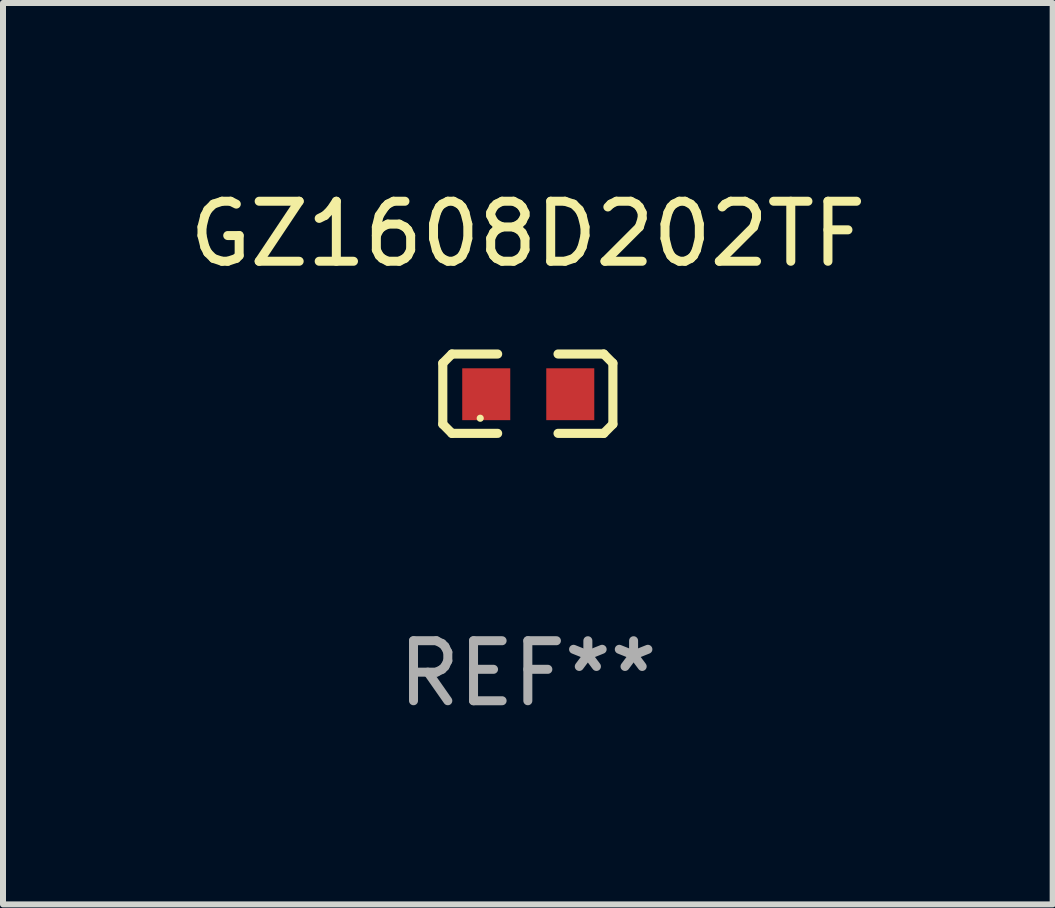
<source format=kicad_pcb>
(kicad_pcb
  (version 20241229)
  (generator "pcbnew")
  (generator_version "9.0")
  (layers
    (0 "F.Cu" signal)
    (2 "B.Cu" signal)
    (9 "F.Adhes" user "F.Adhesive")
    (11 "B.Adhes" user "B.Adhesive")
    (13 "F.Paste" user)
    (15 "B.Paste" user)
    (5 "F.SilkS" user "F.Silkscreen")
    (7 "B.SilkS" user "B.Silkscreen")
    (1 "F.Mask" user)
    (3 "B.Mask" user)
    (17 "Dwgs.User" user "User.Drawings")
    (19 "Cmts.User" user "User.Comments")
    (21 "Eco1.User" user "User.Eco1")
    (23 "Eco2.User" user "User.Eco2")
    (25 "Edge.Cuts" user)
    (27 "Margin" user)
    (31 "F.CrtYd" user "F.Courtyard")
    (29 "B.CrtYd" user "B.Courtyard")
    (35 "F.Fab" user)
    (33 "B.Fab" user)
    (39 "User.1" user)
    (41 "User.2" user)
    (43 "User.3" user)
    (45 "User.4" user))
  (footprint "GZ1608D202TF"
    (layer "F.Cu")
    (at 5.744 3.509)
    (property "Reference" "GZ1608D202TF" (at 0 -2.661 0) (layer "F.SilkS") (effects (font (size 1 1) (thickness 0.15))))
    (attr through_hole)
    (fp_line (start -1.417 -0.508) (end -1.265 -0.661) (stroke (width 0.152) (type solid)) (layer "F.SilkS"))
    (fp_line (start -1.417 0.508) (end -1.417 -0.508) (stroke (width 0.152) (type solid)) (layer "F.SilkS"))
    (fp_line (start -1.265 -0.661) (end -0.503 -0.661) (stroke (width 0.152) (type solid)) (layer "F.SilkS"))
    (fp_line (start -1.265 0.661) (end -1.417 0.508) (stroke (width 0.152) (type solid)) (layer "F.SilkS"))
    (fp_line (start -1.265 0.661) (end -0.503 0.661) (stroke (width 0.152) (type solid)) (layer "F.SilkS"))
    (fp_line (start 1.265 -0.661) (end 0.503 -0.661) (stroke (width 0.152) (type solid)) (layer "F.SilkS"))
    (fp_line (start 1.265 -0.661) (end 1.417 -0.508) (stroke (width 0.152) (type solid)) (layer "F.SilkS"))
    (fp_line (start 1.265 0.661) (end 0.503 0.661) (stroke (width 0.152) (type solid)) (layer "F.SilkS"))
    (fp_line (start 1.417 -0.508) (end 1.417 0.508) (stroke (width 0.152) (type solid)) (layer "F.SilkS"))
    (fp_line (start 1.417 0.508) (end 1.265 0.661) (stroke (width 0.152) (type solid)) (layer "F.SilkS"))
    (fp_circle (center -0.793 0.409) (end -0.763 0.409) (stroke (width 0.06) (type solid)) (fill no) (layer "F.SilkS"))
    (fp_text user "REF**" (at 0 4.661 0) (layer "F.Fab") (effects (font (size 1 1) (thickness 0.15))))
    (pad "1" smd rect (at -0.693 0.009 180) (size 0.8 0.864) (layers "F.Cu" "F.Mask" "F.Paste"))
    (pad "2" smd rect (at 0.707 0.009 180) (size 0.8 0.864) (layers "F.Cu" "F.Mask" "F.Paste")))
  (gr_rect
    (start -3 -3)
    (end 14.488 12.018)
    (stroke (width 0.1) (type default))
    (fill no)
    (layer "Edge.Cuts")))
</source>
